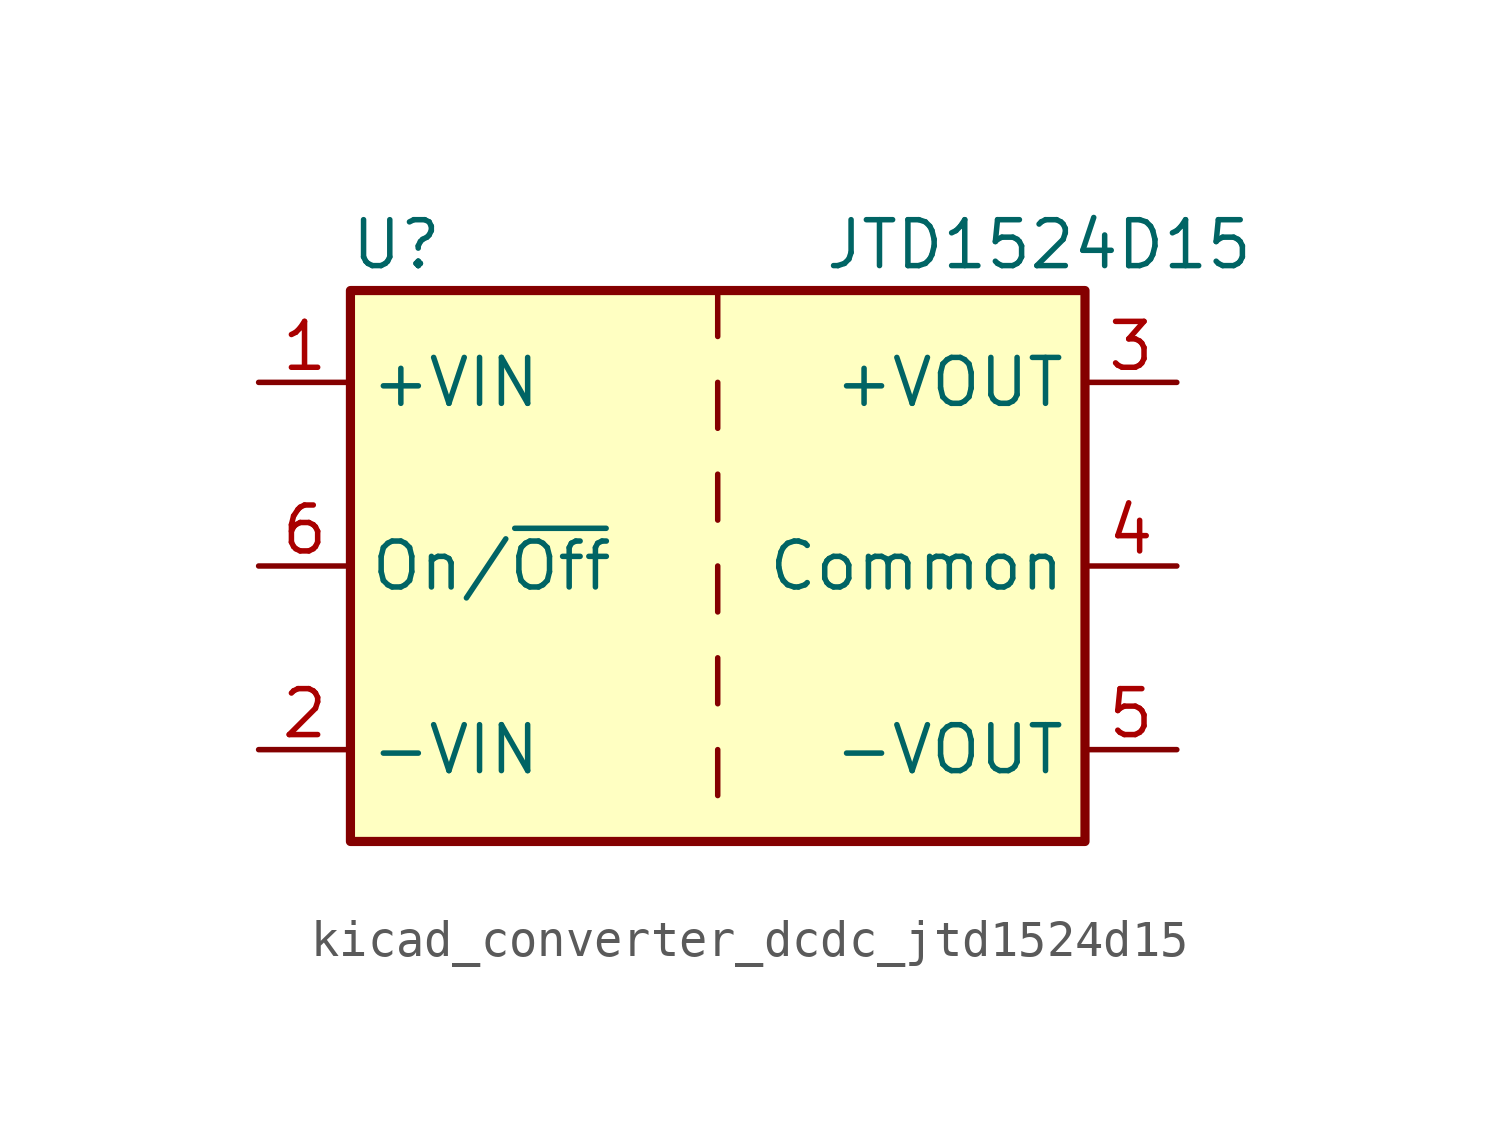
<source format=kicad_sym>
(kicad_symbol_lib
  (version 20220914)
  (generator kicad_symbol_editor)
  (symbol "kicad_converter_dcdc_jtd1524d15"
    (property "Reference" "U"
      (at -8.89 8.89 0)
      (effects (font (size 1.27 1.27))))
    (property "Value" "JTD1524D15"
      (at 8.89 8.89 0)
      (effects (font (size 1.27 1.27))))
    (symbol "kicad_converter_dcdc_jtd1524d15_0_1"
      (rectangle (start -10.16 7.62) (end 10.16 -7.62) (stroke (width 0.254) (type default)) (fill (type background)))
      (polyline (pts (xy 0 -5.08) (xy 0 -6.35)) (stroke (width 0) (type default)) (fill (type none)))
      (polyline (pts (xy 0 -2.54) (xy 0 -3.81)) (stroke (width 0) (type default)) (fill (type none)))
      (polyline (pts (xy 0 0) (xy 0 -1.27)) (stroke (width 0) (type default)) (fill (type none)))
      (polyline (pts (xy 0 2.54) (xy 0 1.27)) (stroke (width 0) (type default)) (fill (type none)))
      (polyline (pts (xy 0 5.08) (xy 0 3.81)) (stroke (width 0) (type default)) (fill (type none)))
      (polyline (pts (xy 0 7.62) (xy 0 6.35)) (stroke (width 0) (type default)) (fill (type none))))
    (symbol "kicad_converter_dcdc_jtd1524d15_1_1"
      (pin power_in line (at -12.7 5.08 0) (length 2.54) (name "+VIN" (effects (font (size 1.27 1.27)))) (number "1" (effects (font (size 1.27 1.27)))))
      (pin power_in line (at -12.7 -5.08 0) (length 2.54) (name "-VIN" (effects (font (size 1.27 1.27)))) (number "2" (effects (font (size 1.27 1.27)))))
      (pin power_out line (at 12.7 5.08 180) (length 2.54) (name "+VOUT" (effects (font (size 1.27 1.27)))) (number "3" (effects (font (size 1.27 1.27)))))
      (pin power_out line (at 12.7 0 180) (length 2.54) (name "Common" (effects (font (size 1.27 1.27)))) (number "4" (effects (font (size 1.27 1.27)))))
      (pin power_out line (at 12.7 -5.08 180) (length 2.54) (name "-VOUT" (effects (font (size 1.27 1.27)))) (number "5" (effects (font (size 1.27 1.27)))))
      (pin input line (at -12.7 0 0) (length 2.54) (name "On/~{Off}" (effects (font (size 1.27 1.27)))) (number "6" (effects (font (size 1.27 1.27))))))))
</source>
